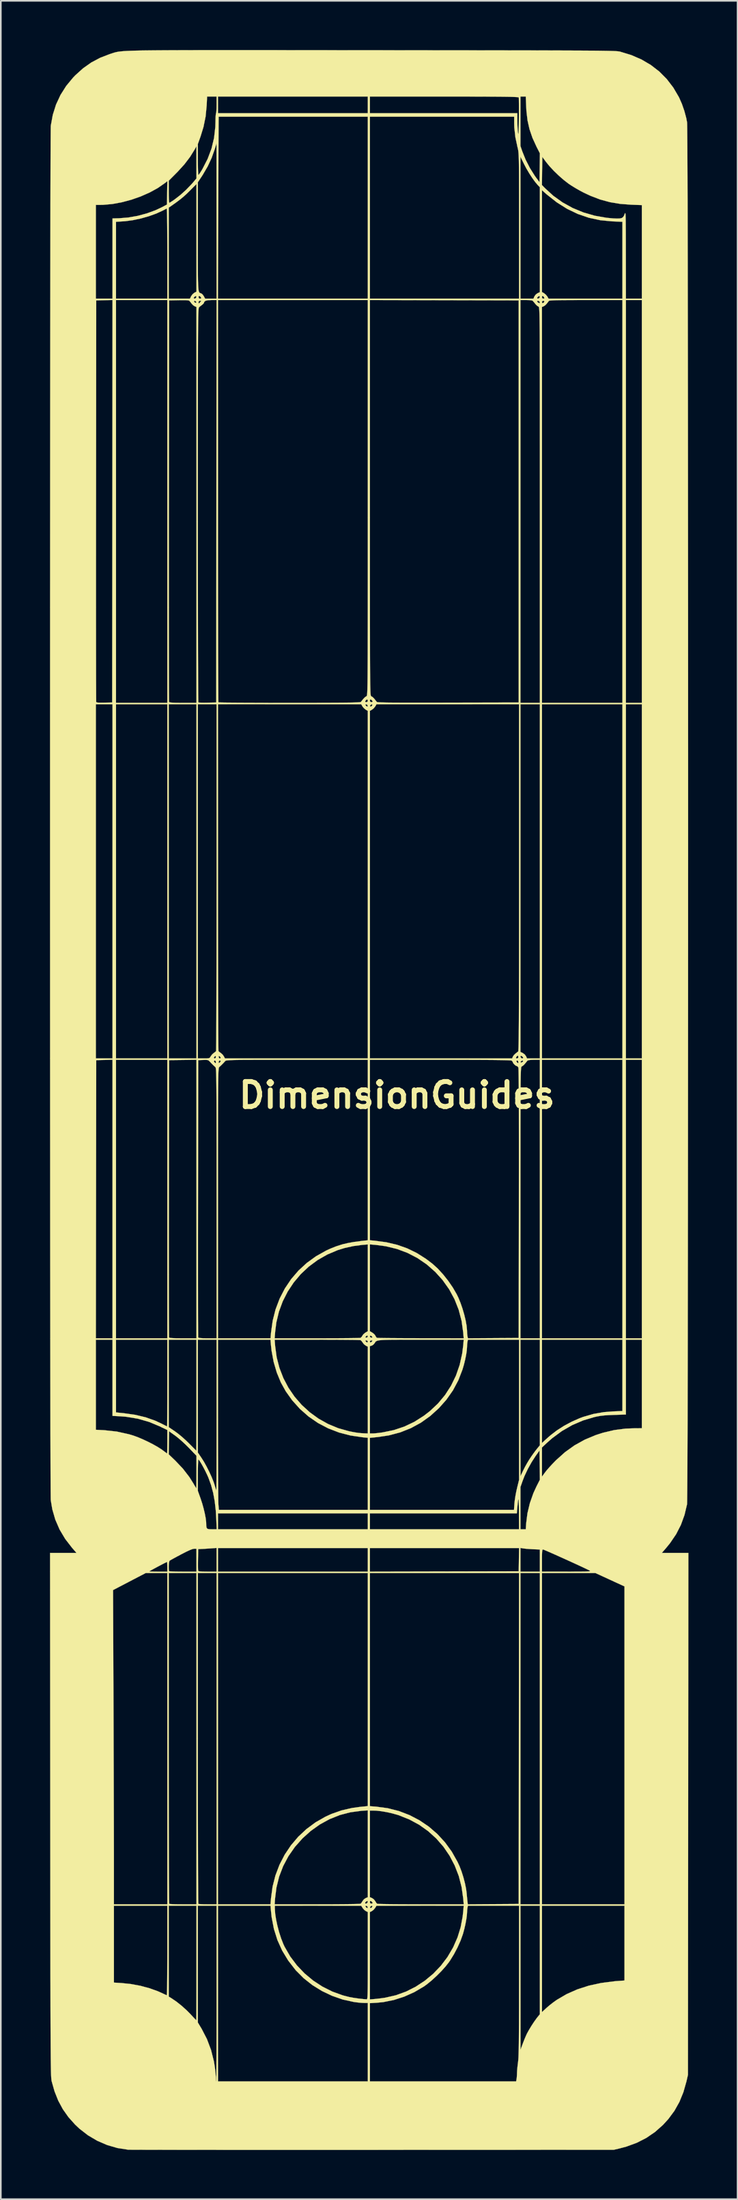
<source format=kicad_pcb>
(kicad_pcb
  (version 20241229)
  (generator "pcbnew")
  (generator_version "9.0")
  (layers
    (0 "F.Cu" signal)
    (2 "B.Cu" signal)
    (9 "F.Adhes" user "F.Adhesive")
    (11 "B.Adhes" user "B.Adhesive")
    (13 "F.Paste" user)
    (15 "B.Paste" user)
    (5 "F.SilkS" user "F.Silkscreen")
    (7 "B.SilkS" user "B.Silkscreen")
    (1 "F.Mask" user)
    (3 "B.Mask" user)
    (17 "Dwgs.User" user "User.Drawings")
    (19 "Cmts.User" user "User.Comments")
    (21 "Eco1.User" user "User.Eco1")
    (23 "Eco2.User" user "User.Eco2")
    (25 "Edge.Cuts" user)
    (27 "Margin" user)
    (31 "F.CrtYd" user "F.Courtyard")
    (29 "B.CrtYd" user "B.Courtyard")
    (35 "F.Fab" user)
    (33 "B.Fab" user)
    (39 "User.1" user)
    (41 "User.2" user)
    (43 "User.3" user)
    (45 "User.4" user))
  (footprint "DimensionGuides"
    (layer "F.Cu")
    (at 21.173 63.711)
    (property "Reference" "DimensionGuides" (at 0 0 0) (layer "F.SilkS") (effects (font (size 1.524 1.524) (thickness 0.3))))
    (attr through_hole)
    (fp_poly (pts (xy -9.145 -63.706) (xy -8.234 -63.706) (xy -7.254 -63.705) (xy -6.202 -63.704) (xy -5.076 -63.703) (xy -3.873 -63.702) (xy -2.59 -63.701) (xy -1.495 -63.7) (xy -0.161 -63.699) (xy 1.091 -63.698) (xy 2.263 -63.696) (xy 3.358 -63.695) (xy 4.38 -63.694) (xy 5.33 -63.693) (xy 6.212 -63.692) (xy 7.027 -63.69) (xy 7.779 -63.689) (xy 8.47 -63.688) (xy 9.102 -63.686) (xy 9.68 -63.684) (xy 10.204 -63.682) (xy 10.679 -63.68) (xy 11.105 -63.678) (xy 11.487 -63.676) (xy 11.827 -63.673) (xy 12.127 -63.671) (xy 12.39 -63.668) (xy 12.619 -63.664) (xy 12.816 -63.661) (xy 12.984 -63.657) (xy 13.126 -63.653) (xy 13.244 -63.649) (xy 13.341 -63.644) (xy 13.42 -63.639) (xy 13.483 -63.634) (xy 13.532 -63.628) (xy 13.572 -63.622) (xy 13.604 -63.615) (xy 13.61 -63.614) (xy 14.291 -63.407) (xy 14.918 -63.136) (xy 15.489 -62.801) (xy 16.004 -62.404) (xy 16.462 -61.944) (xy 16.862 -61.424) (xy 17.203 -60.842) (xy 17.219 -60.811) (xy 17.388 -60.428) (xy 17.536 -60.002) (xy 17.651 -59.574) (xy 17.702 -59.309) (xy 17.706 -59.246) (xy 17.709 -59.1) (xy 17.712 -58.874) (xy 17.715 -58.571) (xy 17.718 -58.191) (xy 17.721 -57.738) (xy 17.723 -57.214) (xy 17.726 -56.62) (xy 17.729 -55.96) (xy 17.731 -55.235) (xy 17.734 -54.447) (xy 17.736 -53.599) (xy 17.738 -52.693) (xy 17.74 -51.732) (xy 17.743 -50.716) (xy 17.744 -49.649) (xy 17.746 -48.533) (xy 17.748 -47.37) (xy 17.75 -46.162) (xy 17.752 -44.912) (xy 17.753 -43.621) (xy 17.755 -42.292) (xy 17.756 -40.927) (xy 17.757 -39.528) (xy 17.758 -38.098) (xy 17.759 -36.638) (xy 17.76 -35.151) (xy 17.761 -33.639) (xy 17.762 -32.105) (xy 17.763 -30.55) (xy 17.764 -28.977) (xy 17.764 -27.387) (xy 17.765 -25.784) (xy 17.765 -24.169) (xy 17.765 -22.545) (xy 17.766 -20.914) (xy 17.766 -19.277) (xy 17.766 -17.638) (xy 17.766 -15.998) (xy 17.766 -14.359) (xy 17.765 -12.725) (xy 17.765 -11.096) (xy 17.765 -9.476) (xy 17.764 -7.866) (xy 17.764 -6.269) (xy 17.763 -4.687) (xy 17.762 -3.121) (xy 17.761 -1.575) (xy 17.76 -0.051) (xy 17.759 1.45) (xy 17.758 2.925) (xy 17.757 4.371) (xy 17.756 5.788) (xy 17.755 7.172) (xy 17.753 8.521) (xy 17.752 9.833) (xy 17.75 11.106) (xy 17.748 12.337) (xy 17.746 13.525) (xy 17.745 14.668) (xy 17.743 15.762) (xy 17.741 16.806) (xy 17.738 17.797) (xy 17.736 18.734) (xy 17.734 19.614) (xy 17.732 20.435) (xy 17.729 21.195) (xy 17.726 21.891) (xy 17.724 22.521) (xy 17.721 23.084) (xy 17.718 23.576) (xy 17.715 23.996) (xy 17.712 24.342) (xy 17.709 24.611) (xy 17.706 24.801) (xy 17.703 24.909) (xy 17.701 24.934) (xy 17.546 25.587) (xy 17.326 26.19) (xy 17.036 26.756) (xy 16.67 27.295) (xy 16.447 27.57) (xy 16.165 27.898) (xy 17.781 27.898) (xy 17.757 59.711) (xy 17.662 60.124) (xy 17.478 60.772) (xy 17.236 61.363) (xy 16.932 61.905) (xy 16.561 62.406) (xy 16.236 62.762) (xy 15.749 63.194) (xy 15.217 63.557) (xy 14.636 63.854) (xy 14.003 64.086) (xy 13.61 64.191) (xy 13.229 64.281) (xy -1.503 64.286) (xy -2.616 64.286) (xy -3.709 64.287) (xy -4.777 64.287) (xy -5.818 64.287) (xy -6.83 64.287) (xy -7.807 64.286) (xy -8.749 64.286) (xy -9.65 64.286) (xy -10.51 64.286) (xy -11.323 64.285) (xy -12.088 64.285) (xy -12.801 64.284) (xy -13.46 64.283) (xy -14.06 64.283) (xy -14.599 64.282) (xy -15.074 64.281) (xy -15.482 64.28) (xy -15.819 64.279) (xy -16.083 64.278) (xy -16.27 64.277) (xy -16.378 64.276) (xy -16.404 64.275) (xy -17.058 64.173) (xy -17.689 63.99) (xy -18.289 63.731) (xy -18.854 63.398) (xy -19.376 62.994) (xy -19.643 62.742) (xy -20.05 62.286) (xy -20.389 61.805) (xy -20.669 61.286) (xy -20.895 60.718) (xy -21.067 60.113) (xy -21.074 60.083) (xy -21.08 60.048) (xy -21.086 60.004) (xy -21.091 59.95) (xy -21.096 59.883) (xy -21.101 59.801) (xy -21.106 59.7) (xy -21.11 59.579) (xy -21.114 59.434) (xy -21.117 59.263) (xy -21.121 59.065) (xy -21.124 58.835) (xy -21.127 58.571) (xy -21.129 58.272) (xy -21.132 57.934) (xy -21.134 57.554) (xy -21.136 57.131) (xy -21.138 56.662) (xy -21.14 56.143) (xy -21.142 55.573) (xy -21.143 54.95) (xy -21.144 54.269) (xy -21.146 53.529) (xy -21.147 52.728) (xy -21.148 51.863) (xy -21.149 50.93) (xy -21.15 49.928) (xy -21.151 49.403) (xy -17.272 49.403) (xy -17.272 54.089) (xy -16.803 54.118) (xy -16.234 54.177) (xy -15.661 54.283) (xy -15.108 54.431) (xy -14.6 54.613) (xy -14.372 54.714) (xy -14.228 54.782) (xy -14.113 54.834) (xy -14.049 54.859) (xy -14.044 54.86) (xy -14.039 54.82) (xy -14.033 54.702) (xy -14.029 54.513) (xy -14.024 54.261) (xy -14.02 53.952) (xy -14.017 53.594) (xy -14.015 53.193) (xy -14.013 52.757) (xy -14.012 52.293) (xy -14.012 52.133) (xy -14.012 49.403) (xy -13.928 49.403) (xy -13.928 54.942) (xy -13.769 55.038) (xy -13.465 55.244) (xy -13.142 55.5) (xy -12.828 55.783) (xy -12.611 56.002) (xy -12.475 56.148) (xy -12.361 56.269) (xy -12.28 56.352) (xy -12.245 56.386) (xy -12.245 56.386) (xy -12.243 56.345) (xy -12.242 56.226) (xy -12.24 56.034) (xy -12.239 55.777) (xy -12.238 55.459) (xy -12.237 55.088) (xy -12.236 54.67) (xy -12.235 54.211) (xy -12.235 53.717) (xy -12.234 53.195) (xy -12.234 52.895) (xy -12.234 49.403) (xy -12.15 49.403) (xy -12.15 56.522) (xy -11.916 56.912) (xy -11.595 57.533) (xy -11.346 58.193) (xy -11.172 58.883) (xy -11.112 59.253) (xy -11.086 59.467) (xy -11.066 59.671) (xy -11.052 59.838) (xy -11.049 59.925) (xy -11.045 60.038) (xy -11.034 60.105) (xy -11.028 60.113) (xy -11.025 60.072) (xy -11.023 59.951) (xy -11.02 59.755) (xy -11.018 59.49) (xy -11.016 59.16) (xy -11.014 58.771) (xy -11.012 58.327) (xy -11.011 57.834) (xy -11.009 57.297) (xy -11.008 56.72) (xy -11.007 56.109) (xy -11.007 55.469) (xy -11.007 54.804) (xy -11.007 54.758) (xy -11.007 49.403) (xy -10.922 49.403) (xy -10.922 60.113) (xy -1.778 60.113) (xy -1.778 55.342) (xy -1.651 55.342) (xy -1.651 60.113) (xy 7.271 60.113) (xy 7.297 59.981) (xy 7.313 59.862) (xy 7.323 59.703) (xy 7.325 59.611) (xy 7.332 59.461) (xy 7.35 59.261) (xy 7.375 59.045) (xy 7.388 58.949) (xy 7.398 58.867) (xy 7.407 58.765) (xy 7.415 58.637) (xy 7.421 58.48) (xy 7.427 58.287) (xy 7.433 58.055) (xy 7.437 57.777) (xy 7.44 57.451) (xy 7.443 57.07) (xy 7.446 56.63) (xy 7.447 56.126) (xy 7.449 55.553) (xy 7.449 54.907) (xy 7.45 54.182) (xy 7.45 53.964) (xy 7.451 49.403) (xy 7.535 49.403) (xy 7.537 53.795) (xy 7.54 58.187) (xy 7.679 57.806) (xy 7.756 57.605) (xy 7.84 57.403) (xy 7.915 57.235) (xy 7.936 57.192) (xy 8.057 56.972) (xy 8.207 56.725) (xy 8.366 56.482) (xy 8.517 56.272) (xy 8.578 56.193) (xy 8.721 56.019) (xy 8.721 49.403) (xy 8.848 49.403) (xy 8.848 55.888) (xy 9.133 55.626) (xy 9.31 55.474) (xy 9.52 55.31) (xy 9.722 55.164) (xy 9.758 55.14) (xy 10.357 54.79) (xy 11.006 54.503) (xy 11.705 54.278) (xy 12.459 54.114) (xy 13.271 54.009) (xy 13.473 53.993) (xy 13.885 53.963) (xy 13.885 49.403) (xy 8.848 49.403) (xy 8.721 49.403) (xy 7.535 49.403) (xy 7.451 49.403) (xy 4.329 49.403) (xy 4.302 49.535) (xy 4.284 49.673) (xy 4.276 49.822) (xy 4.276 49.826) (xy 4.263 50.012) (xy 4.228 50.255) (xy 4.176 50.532) (xy 4.11 50.819) (xy 4.036 51.094) (xy 4.02 51.147) (xy 3.881 51.533) (xy 3.695 51.947) (xy 3.479 52.358) (xy 3.247 52.735) (xy 3.171 52.845) (xy 2.966 53.106) (xy 2.709 53.392) (xy 2.421 53.68) (xy 2.123 53.953) (xy 1.836 54.188) (xy 1.645 54.326) (xy 1.058 54.671) (xy 0.441 54.947) (xy -0.195 55.151) (xy -0.837 55.279) (xy -1.238 55.318) (xy -1.651 55.342) (xy -1.778 55.342) (xy -1.778 55.33) (xy -2.021 55.329) (xy -2.18 55.322) (xy -2.384 55.303) (xy -2.595 55.275) (xy -2.647 55.267) (xy -3.313 55.119) (xy -3.96 54.895) (xy -4.578 54.601) (xy -5.158 54.243) (xy -5.688 53.826) (xy -6.158 53.356) (xy -6.191 53.319) (xy -6.636 52.745) (xy -7.004 52.139) (xy -7.294 51.498) (xy -7.507 50.822) (xy -7.645 50.11) (xy -7.684 49.752) (xy -7.699 49.577) (xy -7.451 49.577) (xy -7.432 49.881) (xy -7.378 50.237) (xy -7.296 50.623) (xy -7.191 51.018) (xy -7.068 51.397) (xy -6.934 51.74) (xy -6.856 51.906) (xy -6.515 52.496) (xy -6.107 53.038) (xy -5.638 53.53) (xy -5.116 53.964) (xy -4.548 54.335) (xy -3.94 54.639) (xy -3.299 54.87) (xy -2.921 54.967) (xy -2.663 55.015) (xy -2.356 55.06) (xy -2.032 55.097) (xy -1.852 55.112) (xy -1.837 55.11) (xy -1.824 55.095) (xy -1.813 55.063) (xy -1.804 55.007) (xy -1.797 54.92) (xy -1.791 54.798) (xy -1.787 54.633) (xy -1.783 54.419) (xy -1.781 54.152) (xy -1.779 53.823) (xy -1.778 53.428) (xy -1.778 52.959) (xy -1.778 52.453) (xy -1.778 49.789) (xy -1.651 49.789) (xy -1.651 55.115) (xy -1.365 55.092) (xy -1.184 55.073) (xy -0.961 55.046) (xy -0.74 55.014) (xy -0.699 55.007) (xy -0.061 54.861) (xy 0.557 54.637) (xy 1.146 54.34) (xy 1.701 53.976) (xy 2.213 53.551) (xy 2.675 53.069) (xy 3.08 52.536) (xy 3.421 51.957) (xy 3.436 51.927) (xy 3.698 51.329) (xy 3.888 50.713) (xy 4.01 50.061) (xy 4.046 49.731) (xy 4.074 49.403) (xy -1.249 49.406) (xy -1.334 49.542) (xy -1.424 49.65) (xy -1.527 49.729) (xy -1.535 49.733) (xy -1.651 49.789) (xy -1.778 49.789) (xy -1.894 49.733) (xy -1.996 49.659) (xy -2.088 49.552) (xy -2.095 49.542) (xy -2.156 49.444) (xy -1.927 49.444) (xy -1.881 49.506) (xy -1.816 49.553) (xy -1.786 49.532) (xy -1.79 49.499) (xy -1.643 49.499) (xy -1.631 49.547) (xy -1.584 49.545) (xy -1.53 49.502) (xy -1.506 49.46) (xy -1.51 49.413) (xy -1.555 49.411) (xy -1.626 49.46) (xy -1.643 49.499) (xy -1.79 49.499) (xy -1.796 49.459) (xy -1.812 49.437) (xy -1.883 49.407) (xy -1.907 49.411) (xy -1.927 49.444) (xy -2.156 49.444) (xy -2.18 49.406) (xy -7.451 49.403) (xy -7.451 49.577) (xy -7.699 49.577) (xy -7.713 49.403) (xy -10.922 49.403) (xy -11.007 49.403) (xy -12.15 49.403) (xy -12.234 49.403) (xy -13.928 49.403) (xy -14.012 49.403) (xy -17.272 49.403) (xy -21.151 49.403) (xy -21.151 48.855) (xy -21.152 47.706) (xy -21.153 46.481) (xy -21.154 45.176) (xy -21.155 43.847) (xy -21.166 30.163) (xy -17.324 30.163) (xy -17.298 37.207) (xy -17.295 38.021) (xy -17.292 38.841) (xy -17.29 39.659) (xy -17.287 40.47) (xy -17.284 41.267) (xy -17.282 42.042) (xy -17.28 42.79) (xy -17.278 43.502) (xy -17.276 44.173) (xy -17.275 44.796) (xy -17.274 45.364) (xy -17.273 45.87) (xy -17.272 46.308) (xy -17.272 46.67) (xy -17.272 46.785) (xy -17.272 49.318) (xy -14.012 49.318) (xy -14.012 29.125) (xy -13.928 29.125) (xy -13.928 39.194) (xy -13.928 40.111) (xy -13.927 41.006) (xy -13.927 41.876) (xy -13.926 42.715) (xy -13.925 43.521) (xy -13.924 44.291) (xy -13.922 45.019) (xy -13.921 45.703) (xy -13.919 46.339) (xy -13.918 46.923) (xy -13.916 47.452) (xy -13.914 47.922) (xy -13.911 48.328) (xy -13.909 48.669) (xy -13.907 48.939) (xy -13.904 49.135) (xy -13.902 49.253) (xy -13.899 49.29) (xy -13.85 49.299) (xy -13.73 49.307) (xy -13.552 49.313) (xy -13.329 49.317) (xy -13.076 49.318) (xy -13.053 49.318) (xy -12.234 49.318) (xy -12.234 29.125) (xy -12.15 29.125) (xy -12.15 39.194) (xy -12.15 40.111) (xy -12.149 41.006) (xy -12.149 41.876) (xy -12.148 42.715) (xy -12.147 43.521) (xy -12.146 44.291) (xy -12.144 45.019) (xy -12.143 45.703) (xy -12.141 46.339) (xy -12.14 46.923) (xy -12.138 47.452) (xy -12.136 47.922) (xy -12.133 48.328) (xy -12.131 48.669) (xy -12.129 48.939) (xy -12.126 49.135) (xy -12.124 49.253) (xy -12.121 49.29) (xy -12.071 49.301) (xy -11.952 49.31) (xy -11.783 49.316) (xy -11.58 49.318) (xy -11.55 49.318) (xy -11.007 49.318) (xy -11.007 29.125) (xy -10.922 29.125) (xy -10.922 49.318) (xy -7.715 49.318) (xy -7.463 49.318) (xy -4.864 49.318) (xy -4.402 49.317) (xy -3.965 49.316) (xy -3.559 49.313) (xy -3.194 49.31) (xy -2.875 49.306) (xy -2.611 49.302) (xy -2.409 49.297) (xy -2.275 49.292) (xy -2.219 49.286) (xy -2.218 49.286) (xy -2.176 49.239) (xy -1.947 49.239) (xy -1.919 49.274) (xy -1.858 49.268) (xy -1.803 49.229) (xy -1.793 49.211) (xy -1.79 49.191) (xy -1.651 49.191) (xy -1.621 49.262) (xy -1.566 49.276) (xy -1.497 49.262) (xy -1.482 49.242) (xy -1.512 49.181) (xy -1.576 49.123) (xy -1.617 49.107) (xy -1.645 49.142) (xy -1.651 49.191) (xy -1.79 49.191) (xy -1.784 49.14) (xy -1.793 49.12) (xy -1.84 49.122) (xy -1.902 49.165) (xy -1.944 49.222) (xy -1.947 49.239) (xy -2.176 49.239) (xy -2.168 49.229) (xy -2.108 49.133) (xy -2.103 49.123) (xy -2.018 49.015) (xy -1.907 48.938) (xy -1.907 48.938) (xy -1.778 48.885) (xy -1.778 43.603) (xy -1.651 43.603) (xy -1.651 48.885) (xy -1.522 48.938) (xy -1.411 49.014) (xy -1.326 49.123) (xy -1.326 49.123) (xy -1.267 49.221) (xy -1.215 49.283) (xy -1.211 49.286) (xy -1.162 49.291) (xy -1.035 49.297) (xy -0.838 49.302) (xy -0.579 49.306) (xy -0.264 49.31) (xy 0.098 49.313) (xy 0.501 49.315) (xy 0.937 49.317) (xy 1.398 49.318) (xy 1.455 49.318) (xy 4.075 49.318) (xy 4.045 48.969) (xy 3.945 48.263) (xy 3.771 47.589) (xy 3.524 46.952) (xy 3.211 46.355) (xy 2.833 45.803) (xy 2.395 45.302) (xy 1.9 44.855) (xy 1.352 44.467) (xy 0.754 44.144) (xy 0.11 43.888) (xy 0.042 43.866) (xy -0.281 43.775) (xy -0.622 43.699) (xy -0.955 43.642) (xy -1.251 43.609) (xy -1.404 43.603) (xy -1.651 43.603) (xy -1.778 43.603) (xy -1.778 43.591) (xy -2.17 43.618) (xy -2.839 43.707) (xy -3.487 43.876) (xy -4.111 44.125) (xy -4.706 44.45) (xy -5.266 44.85) (xy -5.76 45.294) (xy -6.229 45.821) (xy -6.625 46.388) (xy -6.945 46.991) (xy -7.189 47.627) (xy -7.354 48.293) (xy -7.436 48.938) (xy -7.463 49.318) (xy -7.715 49.318) (xy -7.685 48.948) (xy -7.589 48.239) (xy -7.415 47.558) (xy -7.168 46.908) (xy -6.852 46.295) (xy -6.47 45.725) (xy -6.026 45.202) (xy -5.524 44.733) (xy -4.968 44.322) (xy -4.362 43.976) (xy -4.004 43.812) (xy -3.385 43.595) (xy -2.729 43.444) (xy -2.278 43.382) (xy -1.778 43.332) (xy -1.778 29.125) (xy -1.651 29.125) (xy -1.651 43.337) (xy -1.264 43.366) (xy -0.559 43.461) (xy 0.12 43.633) (xy 0.767 43.881) (xy 1.377 44.199) (xy 1.945 44.584) (xy 2.465 45.034) (xy 2.934 45.543) (xy 3.345 46.109) (xy 3.694 46.728) (xy 3.82 47) (xy 3.941 47.315) (xy 4.053 47.669) (xy 4.148 48.032) (xy 4.218 48.375) (xy 4.253 48.642) (xy 4.269 48.828) (xy 4.287 49.008) (xy 4.301 49.139) (xy 4.323 49.319) (xy 7.429 49.297) (xy 7.44 39.211) (xy 7.451 29.125) (xy 7.535 29.125) (xy 7.535 49.318) (xy 8.721 49.318) (xy 8.721 29.125) (xy 8.848 29.125) (xy 8.848 49.318) (xy 13.885 49.318) (xy 13.885 29.94) (xy 12.999 29.533) (xy 12.112 29.125) (xy 8.848 29.125) (xy 8.721 29.125) (xy 7.535 29.125) (xy 7.451 29.125) (xy -1.651 29.125) (xy -1.778 29.125) (xy -10.922 29.125) (xy -11.007 29.125) (xy -12.15 29.125) (xy -12.234 29.125) (xy -13.928 29.125) (xy -14.012 29.125) (xy -15.333 29.125) (xy -16.329 29.644) (xy -17.324 30.163) (xy -21.166 30.163) (xy -21.167 29.023) (xy -15.113 29.023) (xy -15.073 29.03) (xy -14.965 29.035) (xy -14.803 29.039) (xy -14.603 29.041) (xy -14.563 29.041) (xy -14.012 29.041) (xy -14.012 28.839) (xy -13.928 28.839) (xy -13.919 28.954) (xy -13.899 29.012) (xy -13.85 29.021) (xy -13.73 29.029) (xy -13.552 29.035) (xy -13.329 29.039) (xy -13.076 29.041) (xy -13.053 29.041) (xy -12.234 29.041) (xy -12.234 28.524) (xy -12.143 28.524) (xy -12.143 28.722) (xy -12.14 28.876) (xy -12.134 28.968) (xy -12.131 28.986) (xy -12.098 29.01) (xy -12.014 29.026) (xy -11.87 29.036) (xy -11.654 29.04) (xy -11.558 29.041) (xy -11.007 29.041) (xy -11.007 27.601) (xy -10.922 27.601) (xy -10.922 29.041) (xy -1.778 29.041) (xy -1.778 27.601) (xy -1.651 27.601) (xy -1.651 29.041) (xy -1.49 29.041) (xy 7.535 29.041) (xy 8.721 29.041) (xy 8.721 28.363) (xy 8.848 28.363) (xy 8.848 29.041) (xy 10.361 29.039) (xy 10.758 29.038) (xy 11.078 29.037) (xy 11.328 29.035) (xy 11.515 29.032) (xy 11.647 29.027) (xy 11.731 29.019) (xy 11.775 29.01) (xy 11.785 28.997) (xy 11.77 28.982) (xy 11.748 28.969) (xy 11.653 28.921) (xy 11.498 28.847) (xy 11.296 28.751) (xy 11.055 28.64) (xy 10.788 28.517) (xy 10.504 28.388) (xy 10.213 28.256) (xy 9.928 28.128) (xy 9.658 28.007) (xy 9.414 27.899) (xy 9.206 27.808) (xy 9.045 27.739) (xy 8.943 27.697) (xy 8.909 27.686) (xy 8.886 27.699) (xy 8.869 27.744) (xy 8.858 27.833) (xy 8.851 27.978) (xy 8.848 28.189) (xy 8.848 28.363) (xy 8.721 28.363) (xy 8.721 27.691) (xy 8.287 27.672) (xy 8.084 27.66) (xy 7.895 27.646) (xy 7.748 27.63) (xy 7.694 27.622) (xy 7.535 27.592) (xy 7.535 29.041) (xy -1.49 29.041) (xy 7.429 29.02) (xy 7.453 27.601) (xy -1.651 27.601) (xy -1.778 27.601) (xy -10.922 27.601) (xy -11.007 27.601) (xy -11.007 27.595) (xy -11.335 27.62) (xy -11.534 27.634) (xy -11.737 27.647) (xy -11.896 27.655) (xy -12.129 27.665) (xy -12.14 28.298) (xy -12.143 28.524) (xy -12.234 28.524) (xy -12.234 27.644) (xy -12.378 27.644) (xy -12.48 27.664) (xy -12.641 27.726) (xy -12.866 27.83) (xy -13.158 27.98) (xy -13.172 27.987) (xy -13.388 28.102) (xy -13.58 28.206) (xy -13.734 28.291) (xy -13.838 28.35) (xy -13.875 28.373) (xy -13.9 28.434) (xy -13.918 28.55) (xy -13.928 28.694) (xy -13.928 28.839) (xy -14.012 28.839) (xy -14.012 28.744) (xy -14.015 28.598) (xy -14.02 28.492) (xy -14.028 28.448) (xy -14.029 28.448) (xy -14.073 28.467) (xy -14.175 28.516) (xy -14.317 28.589) (xy -14.483 28.676) (xy -14.657 28.768) (xy -14.823 28.858) (xy -14.966 28.935) (xy -15.067 28.993) (xy -15.112 29.022) (xy -15.113 29.023) (xy -21.167 29.023) (xy -21.168 27.898) (xy -19.555 27.898) (xy -19.824 27.589) (xy -20.244 27.047) (xy -20.586 26.473) (xy -20.848 25.869) (xy -21.032 25.236) (xy -21.124 24.684) (xy -21.127 24.622) (xy -21.129 24.477) (xy -21.131 24.252) (xy -21.133 23.949) (xy -21.135 23.571) (xy -21.137 23.118) (xy -21.139 22.595) (xy -21.141 22.002) (xy -21.141 21.887) (xy -13.93 21.887) (xy -13.524 22.275) (xy -13.066 22.758) (xy -12.673 23.266) (xy -12.431 23.65) (xy -12.35 23.79) (xy -12.286 23.898) (xy -12.249 23.955) (xy -12.245 23.959) (xy -12.242 23.919) (xy -12.239 23.806) (xy -12.237 23.632) (xy -12.235 23.408) (xy -12.235 23.147) (xy -12.15 23.147) (xy -12.15 24.116) (xy -11.981 24.588) (xy -11.885 24.881) (xy -11.799 25.189) (xy -11.727 25.491) (xy -11.674 25.767) (xy -11.645 25.995) (xy -11.641 26.084) (xy -11.636 26.263) (xy -11.614 26.373) (xy -11.558 26.431) (xy -11.453 26.454) (xy -11.295 26.458) (xy -11 26.458) (xy -11.019 25.94) (xy -11.045 25.485) (xy -10.922 25.485) (xy -10.922 26.458) (xy -1.778 26.458) (xy -1.778 25.485) (xy -1.651 25.485) (xy -1.651 26.458) (xy 7.451 26.458) (xy 7.446 25.453) (xy 7.442 25.122) (xy 7.436 24.875) (xy 7.428 24.713) (xy 7.416 24.635) (xy 7.402 24.642) (xy 7.385 24.733) (xy 7.365 24.908) (xy 7.343 25.157) (xy 7.316 25.485) (xy -1.651 25.485) (xy -1.778 25.485) (xy -10.922 25.485) (xy -11.045 25.485) (xy -11.056 25.312) (xy -11.12 24.751) (xy -11.213 24.243) (xy -11.339 23.772) (xy -11.5 23.325) (xy -11.508 23.305) (xy -11.587 23.127) (xy -11.682 22.929) (xy -11.786 22.727) (xy -11.89 22.537) (xy -11.985 22.375) (xy -12.061 22.258) (xy -12.111 22.202) (xy -12.111 22.201) (xy -12.123 22.234) (xy -12.133 22.343) (xy -12.141 22.519) (xy -12.147 22.752) (xy -12.149 23.035) (xy -12.15 23.147) (xy -12.235 23.147) (xy -12.235 23.146) (xy -12.234 22.968) (xy -12.234 21.976) (xy -12.697 21.494) (xy -12.893 21.299) (xy -13.106 21.101) (xy -13.314 20.92) (xy -13.494 20.776) (xy -13.534 20.747) (xy -13.906 20.482) (xy -13.918 21.185) (xy -13.93 21.887) (xy -21.141 21.887) (xy -21.143 21.343) (xy -21.145 20.618) (xy -21.146 19.832) (xy -21.148 18.985) (xy -21.149 18.08) (xy -21.151 17.119) (xy -21.152 16.104) (xy -21.154 15.039) (xy -21.154 14.901) (xy -18.373 14.901) (xy -18.373 20.392) (xy -17.854 20.419) (xy -17.097 20.501) (xy -16.35 20.666) (xy -16.087 20.745) (xy -15.821 20.841) (xy -15.52 20.968) (xy -15.205 21.115) (xy -14.897 21.272) (xy -14.618 21.428) (xy -14.388 21.573) (xy -14.309 21.63) (xy -14.18 21.726) (xy -14.081 21.8) (xy -14.028 21.838) (xy -14.023 21.841) (xy -14.019 21.802) (xy -14.016 21.692) (xy -14.014 21.525) (xy -14.013 21.314) (xy -14.012 21.125) (xy -14.012 20.406) (xy -14.446 20.196) (xy -15.117 19.915) (xy -15.808 19.717) (xy -16.522 19.599) (xy -16.875 19.571) (xy -17.357 19.545) (xy -17.357 14.901) (xy -17.145 14.901) (xy -17.145 19.334) (xy -16.656 19.384) (xy -15.97 19.481) (xy -15.342 19.631) (xy -14.765 19.834) (xy -14.393 20.005) (xy -14.238 20.084) (xy -14.113 20.147) (xy -14.038 20.184) (xy -14.023 20.191) (xy -14.021 20.15) (xy -14.019 20.032) (xy -14.018 19.843) (xy -14.016 19.591) (xy -14.015 19.284) (xy -14.014 18.927) (xy -14.013 18.529) (xy -14.013 18.096) (xy -14.012 17.635) (xy -14.012 17.547) (xy -14.012 14.901) (xy -13.928 14.901) (xy -13.928 20.231) (xy -13.536 20.497) (xy -13.335 20.646) (xy -13.103 20.838) (xy -12.869 21.049) (xy -12.7 21.213) (xy -12.544 21.37) (xy -12.41 21.504) (xy -12.31 21.605) (xy -12.253 21.66) (xy -12.245 21.668) (xy -12.243 21.628) (xy -12.242 21.509) (xy -12.24 21.319) (xy -12.239 21.062) (xy -12.238 20.747) (xy -12.237 20.378) (xy -12.236 19.962) (xy -12.235 19.506) (xy -12.235 19.016) (xy -12.234 18.499) (xy -12.234 18.288) (xy -12.234 14.901) (xy -12.15 14.901) (xy -12.15 21.782) (xy -11.933 22.099) (xy -11.777 22.345) (xy -11.615 22.638) (xy -11.456 22.953) (xy -11.312 23.266) (xy -11.196 23.554) (xy -11.131 23.75) (xy -11.085 23.905) (xy -11.047 24.022) (xy -11.023 24.083) (xy -11.02 24.088) (xy -11.018 24.046) (xy -11.016 23.926) (xy -11.015 23.731) (xy -11.013 23.468) (xy -11.012 23.143) (xy -11.011 22.76) (xy -11.01 22.324) (xy -11.009 21.843) (xy -11.008 21.32) (xy -11.007 20.761) (xy -11.007 20.172) (xy -11.007 19.559) (xy -11.007 19.494) (xy -11.007 14.901) (xy -10.922 14.901) (xy -10.922 19.763) (xy -10.922 20.405) (xy -10.921 21.027) (xy -10.92 21.624) (xy -10.918 22.191) (xy -10.917 22.721) (xy -10.914 23.209) (xy -10.912 23.649) (xy -10.909 24.036) (xy -10.906 24.363) (xy -10.903 24.624) (xy -10.899 24.815) (xy -10.896 24.928) (xy -10.895 24.949) (xy -10.867 25.273) (xy -1.778 25.273) (xy -1.778 20.883) (xy -1.651 20.883) (xy -1.651 25.273) (xy 7.142 25.273) (xy 7.17 24.879) (xy 7.192 24.673) (xy 7.231 24.42) (xy 7.281 24.156) (xy 7.324 23.967) (xy 7.344 23.883) (xy 7.535 23.883) (xy 7.535 26.458) (xy 7.861 26.458) (xy 7.886 26.088) (xy 7.963 25.48) (xy 8.111 24.863) (xy 8.323 24.261) (xy 8.509 23.854) (xy 8.722 23.436) (xy 8.711 22.545) (xy 8.7 21.654) (xy 8.458 21.992) (xy 8.214 22.369) (xy 7.983 22.785) (xy 7.784 23.207) (xy 7.666 23.509) (xy 7.535 23.883) (xy 7.344 23.883) (xy 7.451 23.448) (xy 7.451 14.901) (xy 7.535 14.901) (xy 7.538 19.061) (xy 7.54 23.22) (xy 7.704 22.871) (xy 7.807 22.667) (xy 7.936 22.436) (xy 8.065 22.221) (xy 8.096 22.173) (xy 8.223 21.985) (xy 8.362 21.791) (xy 8.488 21.624) (xy 8.523 21.58) (xy 8.612 21.471) (xy 8.848 21.471) (xy 8.848 23.25) (xy 9.044 22.981) (xy 9.146 22.853) (xy 9.293 22.685) (xy 9.466 22.496) (xy 9.65 22.306) (xy 9.71 22.245) (xy 10.258 21.755) (xy 10.839 21.34) (xy 11.461 20.995) (xy 12.132 20.715) (xy 12.573 20.573) (xy 13.263 20.41) (xy 13.949 20.322) (xy 14.383 20.304) (xy 14.944 20.299) (xy 14.944 17.6) (xy 14.944 14.901) (xy 13.97 14.901) (xy 13.97 19.463) (xy 13.24 19.485) (xy 12.919 19.498) (xy 12.659 19.516) (xy 12.438 19.541) (xy 12.23 19.577) (xy 12.054 19.615) (xy 11.357 19.823) (xy 10.695 20.107) (xy 10.066 20.468) (xy 9.471 20.907) (xy 9.155 21.185) (xy 8.848 21.471) (xy 8.612 21.471) (xy 8.721 21.337) (xy 8.721 14.901) (xy 8.848 14.901) (xy 8.848 21.199) (xy 9.006 21.052) (xy 9.129 20.941) (xy 9.277 20.81) (xy 9.377 20.724) (xy 9.759 20.431) (xy 10.199 20.15) (xy 10.673 19.897) (xy 11.155 19.685) (xy 11.37 19.606) (xy 11.992 19.427) (xy 12.624 19.317) (xy 13.176 19.273) (xy 13.758 19.25) (xy 13.758 14.901) (xy 8.848 14.901) (xy 8.721 14.901) (xy 7.535 14.901) (xy 7.451 14.901) (xy 4.329 14.901) (xy 4.302 15.034) (xy 4.284 15.167) (xy 4.276 15.319) (xy 4.276 15.341) (xy 4.261 15.551) (xy 4.222 15.817) (xy 4.161 16.117) (xy 4.085 16.427) (xy 3.997 16.725) (xy 3.744 17.377) (xy 3.418 17.987) (xy 3.016 18.559) (xy 2.561 19.072) (xy 2.029 19.554) (xy 1.457 19.962) (xy 0.846 20.294) (xy 0.197 20.551) (xy -0.491 20.733) (xy -1.154 20.833) (xy -1.651 20.883) (xy -1.778 20.883) (xy -1.778 20.879) (xy -2.085 20.85) (xy -2.826 20.742) (xy -3.531 20.56) (xy -4.195 20.305) (xy -4.816 19.98) (xy -5.391 19.585) (xy -5.917 19.123) (xy -6.392 18.596) (xy -6.782 18.051) (xy -7.085 17.506) (xy -7.333 16.905) (xy -7.522 16.262) (xy -7.648 15.591) (xy -7.686 15.251) (xy -7.716 14.901) (xy -7.463 14.901) (xy -7.433 15.293) (xy -7.341 15.973) (xy -7.171 16.626) (xy -6.929 17.249) (xy -6.619 17.835) (xy -6.245 18.38) (xy -5.812 18.877) (xy -5.324 19.323) (xy -4.788 19.712) (xy -4.206 20.038) (xy -3.584 20.296) (xy -2.926 20.481) (xy -2.815 20.504) (xy -2.564 20.551) (xy -2.362 20.582) (xy -2.175 20.6) (xy -1.979 20.61) (xy -1.778 20.616) (xy -1.778 15.327) (xy -1.846 15.292) (xy -1.651 15.292) (xy -1.651 20.616) (xy -1.471 20.616) (xy -1.35 20.61) (xy -1.174 20.592) (xy -0.973 20.567) (xy -0.869 20.552) (xy -0.188 20.411) (xy 0.453 20.197) (xy 1.061 19.908) (xy 1.641 19.54) (xy 2.005 19.259) (xy 2.503 18.792) (xy 2.936 18.273) (xy 3.302 17.704) (xy 3.6 17.091) (xy 3.827 16.437) (xy 3.981 15.746) (xy 4.046 15.229) (xy 4.074 14.901) (xy 1.452 14.901) (xy 0.91 14.901) (xy 0.446 14.901) (xy 0.053 14.902) (xy -0.274 14.904) (xy -0.542 14.908) (xy -0.757 14.914) (xy -0.926 14.923) (xy -1.056 14.935) (xy -1.152 14.95) (xy -1.221 14.97) (xy -1.269 14.995) (xy -1.304 15.024) (xy -1.331 15.06) (xy -1.356 15.102) (xy -1.369 15.123) (xy -1.452 15.214) (xy -1.546 15.265) (xy -1.651 15.292) (xy -1.846 15.292) (xy -1.904 15.262) (xy -2.015 15.177) (xy -2.093 15.075) (xy -2.158 14.982) (xy -2.193 14.953) (xy -1.929 14.953) (xy -1.917 14.992) (xy -1.905 15.007) (xy -1.844 15.06) (xy -1.815 15.071) (xy -1.782 15.036) (xy -1.778 15.007) (xy -1.651 15.007) (xy -1.631 15.064) (xy -1.614 15.071) (xy -1.559 15.042) (xy -1.524 15.007) (xy -1.497 14.959) (xy -1.541 14.944) (xy -1.561 14.944) (xy -1.634 14.969) (xy -1.651 15.007) (xy -1.778 15.007) (xy -1.814 14.956) (xy -1.868 14.944) (xy -1.929 14.953) (xy -2.193 14.953) (xy -2.224 14.928) (xy -2.278 14.923) (xy -2.409 14.919) (xy -2.609 14.914) (xy -2.872 14.911) (xy -3.189 14.908) (xy -3.553 14.905) (xy -3.957 14.903) (xy -4.393 14.902) (xy -4.853 14.901) (xy -4.878 14.901) (xy -7.463 14.901) (xy -7.716 14.901) (xy -10.922 14.901) (xy -11.007 14.901) (xy -12.15 14.901) (xy -12.234 14.901) (xy -13.928 14.901) (xy -14.012 14.901) (xy -17.145 14.901) (xy -17.357 14.901) (xy -18.373 14.901) (xy -21.154 14.901) (xy -21.154 14.817) (xy -18.373 14.817) (xy -17.357 14.817) (xy -17.357 -2.159) (xy -17.145 -2.159) (xy -17.145 14.817) (xy -14.012 14.817) (xy -14.012 10.216) (xy -13.92 10.216) (xy -13.92 10.903) (xy -13.92 11.547) (xy -13.919 12.144) (xy -13.919 12.691) (xy -13.918 13.182) (xy -13.917 13.615) (xy -13.915 13.985) (xy -13.914 14.288) (xy -13.912 14.521) (xy -13.911 14.678) (xy -13.909 14.756) (xy -13.908 14.764) (xy -13.878 14.783) (xy -13.801 14.798) (xy -13.667 14.808) (xy -13.468 14.814) (xy -13.196 14.816) (xy -13.061 14.817) (xy -12.234 14.817) (xy -12.234 10.216) (xy -12.142 10.216) (xy -12.142 10.903) (xy -12.142 11.547) (xy -12.141 12.144) (xy -12.141 12.691) (xy -12.14 13.182) (xy -12.139 13.615) (xy -12.137 13.985) (xy -12.136 14.288) (xy -12.134 14.521) (xy -12.133 14.678) (xy -12.131 14.756) (xy -12.13 14.764) (xy -12.094 14.787) (xy -12.002 14.803) (xy -11.844 14.813) (xy -11.612 14.817) (xy -11.558 14.817) (xy -11.007 14.817) (xy -11.007 6.583) (xy -10.922 6.583) (xy -10.922 14.817) (xy -7.713 14.817) (xy -7.463 14.817) (xy -4.878 14.817) (xy -4.416 14.816) (xy -3.979 14.815) (xy -3.573 14.813) (xy -3.206 14.81) (xy -2.886 14.807) (xy -2.62 14.803) (xy -2.416 14.799) (xy -2.282 14.795) (xy -2.223 14.79) (xy -2.223 14.79) (xy -2.187 14.759) (xy -1.932 14.759) (xy -1.888 14.774) (xy -1.868 14.774) (xy -1.795 14.749) (xy -1.778 14.711) (xy -1.651 14.711) (xy -1.615 14.762) (xy -1.561 14.774) (xy -1.5 14.765) (xy -1.512 14.726) (xy -1.524 14.711) (xy -1.585 14.658) (xy -1.614 14.647) (xy -1.647 14.682) (xy -1.651 14.711) (xy -1.778 14.711) (xy -1.798 14.654) (xy -1.815 14.647) (xy -1.87 14.676) (xy -1.905 14.711) (xy -1.932 14.759) (xy -2.187 14.759) (xy -2.154 14.732) (xy -2.114 14.662) (xy -2.053 14.575) (xy -1.951 14.488) (xy -1.927 14.473) (xy -1.778 14.385) (xy -1.651 14.385) (xy -1.502 14.473) (xy -1.396 14.555) (xy -1.323 14.645) (xy -1.314 14.663) (xy -1.265 14.749) (xy -1.22 14.788) (xy -1.169 14.792) (xy -1.04 14.796) (xy -0.842 14.799) (xy -0.581 14.803) (xy -0.266 14.806) (xy 0.098 14.808) (xy 0.501 14.811) (xy 0.938 14.812) (xy 1.399 14.813) (xy 1.454 14.813) (xy 4.073 14.817) (xy 4.044 14.467) (xy 3.945 13.757) (xy 3.768 13.079) (xy 3.514 12.436) (xy 3.186 11.83) (xy 2.784 11.264) (xy 2.338 10.77) (xy 1.817 10.312) (xy 1.252 9.925) (xy 0.644 9.61) (xy -0.003 9.369) (xy -0.687 9.203) (xy -1.302 9.121) (xy -1.651 9.091) (xy -1.651 14.385) (xy -1.778 14.385) (xy -1.778 9.093) (xy -2.127 9.123) (xy -2.656 9.193) (xy -3.192 9.311) (xy -3.619 9.442) (xy -4.252 9.71) (xy -4.841 10.046) (xy -5.381 10.446) (xy -5.869 10.903) (xy -6.299 11.412) (xy -6.668 11.968) (xy -6.971 12.564) (xy -7.204 13.194) (xy -7.362 13.855) (xy -7.433 14.425) (xy -7.463 14.817) (xy -7.713 14.817) (xy -7.684 14.467) (xy -7.582 13.742) (xy -7.406 13.05) (xy -7.157 12.394) (xy -6.839 11.778) (xy -6.455 11.208) (xy -6.008 10.688) (xy -5.501 10.222) (xy -4.937 9.814) (xy -4.32 9.469) (xy -4.063 9.351) (xy -3.722 9.215) (xy -3.382 9.105) (xy -3.024 9.017) (xy -2.628 8.944) (xy -2.173 8.884) (xy -2.021 8.867) (xy -1.778 8.842) (xy -1.778 -2.159) (xy -1.651 -2.159) (xy -1.651 8.841) (xy -1.365 8.867) (xy -0.652 8.962) (xy 0.007 9.116) (xy 0.623 9.333) (xy 1.207 9.617) (xy 1.771 9.973) (xy 2.176 10.281) (xy 2.495 10.572) (xy 2.818 10.924) (xy 3.127 11.314) (xy 3.409 11.723) (xy 3.644 12.128) (xy 3.743 12.33) (xy 3.877 12.655) (xy 4 13.011) (xy 4.107 13.377) (xy 4.192 13.733) (xy 4.25 14.059) (xy 4.275 14.334) (xy 4.276 14.377) (xy 4.282 14.528) (xy 4.299 14.668) (xy 4.302 14.685) (xy 4.329 14.818) (xy 5.879 14.807) (xy 7.429 14.796) (xy 7.44 6.591) (xy 7.44 6.543) (xy 7.535 6.543) (xy 7.535 14.817) (xy 8.721 14.817) (xy 8.721 -2.159) (xy 8.848 -2.159) (xy 8.848 14.817) (xy 13.758 14.817) (xy 13.758 -2.159) (xy 13.97 -2.159) (xy 13.97 14.817) (xy 14.944 14.817) (xy 14.944 -2.159) (xy 13.97 -2.159) (xy 13.758 -2.159) (xy 8.848 -2.159) (xy 8.721 -2.159) (xy 8.363 -2.159) (xy 8.148 -2.152) (xy 8.012 -2.132) (xy 7.961 -2.106) (xy 7.907 -2.04) (xy 7.829 -1.943) (xy 7.809 -1.918) (xy 7.72 -1.824) (xy 7.634 -1.763) (xy 7.618 -1.756) (xy 7.608 -1.752) (xy 7.599 -1.744) (xy 7.591 -1.727) (xy 7.584 -1.7) (xy 7.577 -1.657) (xy 7.571 -1.597) (xy 7.565 -1.514) (xy 7.56 -1.406) (xy 7.556 -1.27) (xy 7.552 -1.101) (xy 7.549 -0.896) (xy 7.546 -0.652) (xy 7.544 -0.365) (xy 7.542 -0.031) (xy 7.54 0.352) (xy 7.539 0.789) (xy 7.538 1.282) (xy 7.537 1.836) (xy 7.536 2.454) (xy 7.536 3.139) (xy 7.536 3.895) (xy 7.535 4.726) (xy 7.535 5.634) (xy 7.535 6.543) (xy 7.44 6.543) (xy 7.441 5.476) (xy 7.442 4.446) (xy 7.442 3.498) (xy 7.442 2.632) (xy 7.441 1.848) (xy 7.44 1.145) (xy 7.438 0.521) (xy 7.436 -0.023) (xy 7.433 -0.49) (xy 7.429 -0.879) (xy 7.425 -1.192) (xy 7.421 -1.429) (xy 7.416 -1.591) (xy 7.41 -1.679) (xy 7.407 -1.696) (xy 7.352 -1.762) (xy 7.314 -1.778) (xy 7.244 -1.808) (xy 7.159 -1.88) (xy 7.091 -1.962) (xy 7.07 -2.017) (xy 7.036 -2.079) (xy 7.015 -2.094) (xy 7.287 -2.094) (xy 7.3 -2.036) (xy 7.332 -1.998) (xy 7.387 -1.953) (xy 7.406 -1.979) (xy 7.408 -2.032) (xy 7.406 -2.039) (xy 7.545 -2.039) (xy 7.557 -1.996) (xy 7.601 -1.996) (xy 7.675 -2.037) (xy 7.695 -2.068) (xy 7.683 -2.11) (xy 7.639 -2.11) (xy 7.565 -2.07) (xy 7.545 -2.039) (xy 7.406 -2.039) (xy 7.382 -2.101) (xy 7.345 -2.117) (xy 7.287 -2.094) (xy 7.015 -2.094) (xy 6.988 -2.115) (xy 6.93 -2.123) (xy 6.791 -2.131) (xy 6.569 -2.137) (xy 6.265 -2.143) (xy 5.878 -2.148) (xy 5.407 -2.152) (xy 4.854 -2.155) (xy 4.216 -2.157) (xy 3.494 -2.159) (xy 2.688 -2.159) (xy 2.627 -2.159) (xy -1.651 -2.159) (xy -1.778 -2.159) (xy -6.096 -2.159) (xy -6.796 -2.159) (xy -7.416 -2.159) (xy -7.961 -2.158) (xy -8.436 -2.158) (xy -8.846 -2.156) (xy -9.196 -2.155) (xy -9.49 -2.153) (xy -9.735 -2.15) (xy -9.934 -2.146) (xy -10.093 -2.141) (xy -10.216 -2.136) (xy -10.308 -2.129) (xy -10.375 -2.122) (xy -10.421 -2.113) (xy -10.451 -2.103) (xy -10.47 -2.091) (xy -10.482 -2.079) (xy -10.603 -1.948) (xy -10.746 -1.806) (xy -10.842 -1.719) (xy -10.852 -1.709) (xy -10.86 -1.694) (xy -10.868 -1.67) (xy -10.876 -1.634) (xy -10.882 -1.583) (xy -10.888 -1.511) (xy -10.893 -1.417) (xy -10.898 -1.297) (xy -10.902 -1.147) (xy -10.906 -0.963) (xy -10.909 -0.742) (xy -10.912 -0.481) (xy -10.914 -0.176) (xy -10.916 0.177) (xy -10.918 0.581) (xy -10.919 1.04) (xy -10.92 1.557) (xy -10.921 2.135) (xy -10.921 2.779) (xy -10.922 3.491) (xy -10.922 4.276) (xy -10.922 5.136) (xy -10.922 6.076) (xy -10.922 6.583) (xy -11.007 6.583) (xy -11.007 5.6) (xy -11.007 4.698) (xy -11.007 3.875) (xy -11.007 3.125) (xy -11.008 2.445) (xy -11.009 1.833) (xy -11.01 1.285) (xy -11.011 0.796) (xy -11.012 0.364) (xy -11.014 -0.015) (xy -11.016 -0.344) (xy -11.019 -0.628) (xy -11.022 -0.869) (xy -11.026 -1.07) (xy -11.03 -1.237) (xy -11.034 -1.372) (xy -11.039 -1.478) (xy -11.045 -1.559) (xy -11.051 -1.619) (xy -11.058 -1.661) (xy -11.065 -1.689) (xy -11.074 -1.705) (xy -11.081 -1.714) (xy -11.201 -1.824) (xy -11.338 -1.961) (xy -11.442 -2.075) (xy -11.464 -2.094) (xy -11.17 -2.094) (xy -11.157 -2.036) (xy -11.125 -1.998) (xy -11.07 -1.953) (xy -11.051 -1.979) (xy -11.049 -2.027) (xy -10.88 -2.027) (xy -10.87 -1.966) (xy -10.831 -1.978) (xy -10.816 -1.99) (xy -10.763 -2.051) (xy -10.753 -2.08) (xy -10.787 -2.112) (xy -10.816 -2.117) (xy -10.868 -2.081) (xy -10.88 -2.027) (xy -11.049 -2.027) (xy -11.049 -2.032) (xy -11.075 -2.101) (xy -11.113 -2.117) (xy -11.17 -2.094) (xy -11.464 -2.094) (xy -11.494 -2.121) (xy -11.562 -2.146) (xy -11.671 -2.154) (xy -11.823 -2.15) (xy -12.129 -2.138) (xy -12.139 6.287) (xy -12.14 7.125) (xy -12.141 7.942) (xy -12.142 8.732) (xy -12.142 9.491) (xy -12.142 10.216) (xy -12.234 10.216) (xy -12.234 -2.161) (xy -13.07 -2.149) (xy -13.906 -2.138) (xy -13.917 6.287) (xy -13.918 7.125) (xy -13.919 7.942) (xy -13.92 8.732) (xy -13.92 9.491) (xy -13.92 10.216) (xy -14.012 10.216) (xy -14.012 -2.159) (xy -17.145 -2.159) (xy -17.357 -2.159) (xy -17.357 -2.162) (xy -18.352 -2.138) (xy -18.373 14.817) (xy -21.154 14.817) (xy -21.155 13.924) (xy -21.156 12.762) (xy -21.157 11.555) (xy -21.159 10.306) (xy -21.16 9.016) (xy -21.161 7.689) (xy -21.162 6.326) (xy -21.162 4.929) (xy -21.163 3.5) (xy -21.164 2.043) (xy -21.165 0.558) (xy -21.165 -0.951) (xy -21.166 -2.483) (xy -21.166 -4.036) (xy -21.167 -5.606) (xy -21.167 -7.192) (xy -21.167 -8.793) (xy -21.168 -10.404) (xy -21.168 -12.025) (xy -21.168 -13.653) (xy -21.168 -15.285) (xy -21.168 -16.92) (xy -21.168 -18.556) (xy -21.168 -20.19) (xy -21.168 -21.819) (xy -21.168 -23.443) (xy -21.167 -23.834) (xy -18.373 -23.834) (xy -18.373 -2.244) (xy -17.357 -2.244) (xy -17.357 -23.834) (xy -17.145 -23.834) (xy -17.145 -2.244) (xy -14.012 -2.244) (xy -14.012 -23.834) (xy -13.928 -23.834) (xy -13.928 -2.244) (xy -12.234 -2.244) (xy -12.234 -23.834) (xy -12.15 -23.834) (xy -12.15 -2.244) (xy -11.791 -2.244) (xy -11.616 -2.245) (xy -11.506 -2.252) (xy -11.441 -2.272) (xy -11.432 -2.281) (xy -11.176 -2.281) (xy -11.142 -2.248) (xy -11.113 -2.244) (xy -11.061 -2.279) (xy -11.049 -2.334) (xy -10.88 -2.334) (xy -10.854 -2.261) (xy -10.816 -2.244) (xy -10.76 -2.264) (xy -10.753 -2.281) (xy -10.782 -2.336) (xy -10.816 -2.371) (xy -10.865 -2.398) (xy -10.879 -2.354) (xy -10.88 -2.334) (xy -11.049 -2.334) (xy -11.058 -2.395) (xy -11.098 -2.382) (xy -11.113 -2.371) (xy -11.166 -2.31) (xy -11.176 -2.281) (xy -11.432 -2.281) (xy -11.401 -2.309) (xy -11.367 -2.37) (xy -11.283 -2.485) (xy -11.186 -2.57) (xy -11.095 -2.635) (xy -11.039 -2.687) (xy -11.039 -2.687) (xy -11.036 -2.733) (xy -11.034 -2.86) (xy -11.031 -3.064) (xy -11.028 -3.342) (xy -11.026 -3.69) (xy -11.024 -4.105) (xy -11.021 -4.582) (xy -11.019 -5.12) (xy -11.017 -5.713) (xy -11.015 -6.358) (xy -11.014 -7.052) (xy -11.012 -7.79) (xy -11.011 -8.57) (xy -11.01 -9.388) (xy -11.009 -10.24) (xy -11.008 -11.123) (xy -11.008 -12.032) (xy -11.007 -12.965) (xy -11.007 -13.282) (xy -11.007 -23.834) (xy -10.922 -23.834) (xy -10.921 -13.282) (xy -10.921 -12.342) (xy -10.921 -11.425) (xy -10.92 -10.533) (xy -10.919 -9.67) (xy -10.918 -8.841) (xy -10.917 -8.047) (xy -10.915 -7.294) (xy -10.914 -6.585) (xy -10.912 -5.923) (xy -10.91 -5.312) (xy -10.908 -4.756) (xy -10.906 -4.258) (xy -10.904 -3.822) (xy -10.901 -3.451) (xy -10.899 -3.149) (xy -10.896 -2.919) (xy -10.893 -2.766) (xy -10.891 -2.693) (xy -10.89 -2.687) (xy -10.834 -2.635) (xy -10.743 -2.571) (xy -10.743 -2.57) (xy -10.639 -2.478) (xy -10.562 -2.37) (xy -10.496 -2.244) (xy -1.778 -2.244) (xy -1.651 -2.244) (xy 7.029 -2.244) (xy 7.037 -2.264) (xy 7.258 -2.264) (xy 7.298 -2.244) (xy 7.322 -2.244) (xy 7.394 -2.273) (xy 7.408 -2.328) (xy 7.405 -2.34) (xy 7.539 -2.34) (xy 7.576 -2.275) (xy 7.639 -2.244) (xy 7.64 -2.244) (xy 7.697 -2.263) (xy 7.705 -2.281) (xy 7.677 -2.336) (xy 7.618 -2.386) (xy 7.562 -2.405) (xy 7.55 -2.4) (xy 7.539 -2.34) (xy 7.405 -2.34) (xy 7.391 -2.397) (xy 7.367 -2.413) (xy 7.317 -2.38) (xy 7.281 -2.328) (xy 7.258 -2.264) (xy 7.037 -2.264) (xy 7.068 -2.344) (xy 7.128 -2.439) (xy 7.222 -2.531) (xy 7.225 -2.534) (xy 7.322 -2.608) (xy 7.395 -2.666) (xy 7.398 -2.668) (xy 7.404 -2.688) (xy 7.409 -2.74) (xy 7.414 -2.826) (xy 7.419 -2.949) (xy 7.423 -3.112) (xy 7.427 -3.317) (xy 7.43 -3.567) (xy 7.433 -3.865) (xy 7.436 -4.213) (xy 7.439 -4.614) (xy 7.441 -5.07) (xy 7.443 -5.585) (xy 7.445 -6.161) (xy 7.446 -6.8) (xy 7.448 -7.505) (xy 7.449 -8.279) (xy 7.449 -9.124) (xy 7.45 -10.043) (xy 7.45 -11.039) (xy 7.451 -12.115) (xy 7.451 -13.273) (xy 7.451 -23.834) (xy 7.535 -23.834) (xy 7.535 -2.64) (xy 7.679 -2.572) (xy 7.798 -2.485) (xy 7.879 -2.374) (xy 7.937 -2.244) (xy 8.721 -2.244) (xy 8.721 -23.834) (xy 8.848 -23.834) (xy 8.848 -2.244) (xy 13.758 -2.244) (xy 13.758 -23.834) (xy 13.97 -23.834) (xy 13.97 -2.244) (xy 14.944 -2.244) (xy 14.944 -23.834) (xy 13.97 -23.834) (xy 13.758 -23.834) (xy 8.848 -23.834) (xy 8.721 -23.834) (xy 7.535 -23.834) (xy 7.451 -23.834) (xy 3.101 -23.833) (xy -1.249 -23.833) (xy -1.322 -23.705) (xy -1.413 -23.591) (xy -1.522 -23.504) (xy -1.65 -23.431) (xy -1.651 -12.838) (xy -1.651 -2.244) (xy -1.778 -2.244) (xy -1.778 -12.838) (xy -1.779 -23.431) (xy -1.907 -23.504) (xy -2.021 -23.596) (xy -2.107 -23.705) (xy -2.157 -23.793) (xy -1.927 -23.793) (xy -1.881 -23.731) (xy -1.816 -23.684) (xy -1.786 -23.705) (xy -1.79 -23.738) (xy -1.643 -23.738) (xy -1.631 -23.69) (xy -1.584 -23.691) (xy -1.53 -23.734) (xy -1.506 -23.777) (xy -1.51 -23.824) (xy -1.555 -23.826) (xy -1.626 -23.777) (xy -1.643 -23.738) (xy -1.79 -23.738) (xy -1.796 -23.778) (xy -1.812 -23.8) (xy -1.883 -23.829) (xy -1.907 -23.826) (xy -1.927 -23.793) (xy -2.157 -23.793) (xy -2.18 -23.833) (xy -6.551 -23.833) (xy -10.922 -23.834) (xy -11.007 -23.834) (xy -12.15 -23.834) (xy -12.234 -23.834) (xy -13.928 -23.834) (xy -14.012 -23.834) (xy -17.145 -23.834) (xy -17.357 -23.834) (xy -18.373 -23.834) (xy -21.167 -23.834) (xy -21.167 -25.058) (xy -21.167 -26.662) (xy -21.166 -28.254) (xy -21.166 -29.83) (xy -21.166 -30.561) (xy -18.365 -30.561) (xy -18.365 -29.73) (xy -18.365 -28.941) (xy -18.364 -28.198) (xy -18.364 -27.503) (xy -18.363 -26.861) (xy -18.362 -26.274) (xy -18.362 -25.745) (xy -18.361 -25.279) (xy -18.359 -24.878) (xy -18.358 -24.545) (xy -18.357 -24.285) (xy -18.355 -24.101) (xy -18.354 -23.995) (xy -18.353 -23.97) (xy -18.32 -23.945) (xy -18.237 -23.93) (xy -18.092 -23.925) (xy -17.876 -23.927) (xy -17.855 -23.928) (xy -17.378 -23.939) (xy -17.367 -36.207) (xy -17.357 -48.472) (xy -17.145 -48.472) (xy -17.145 -23.918) (xy -14.012 -23.918) (xy -14.012 -30.561) (xy -13.92 -30.561) (xy -13.92 -29.73) (xy -13.92 -28.942) (xy -13.919 -28.199) (xy -13.919 -27.504) (xy -13.918 -26.861) (xy -13.918 -26.274) (xy -13.917 -25.746) (xy -13.916 -25.279) (xy -13.915 -24.879) (xy -13.914 -24.546) (xy -13.912 -24.286) (xy -13.911 -24.102) (xy -13.909 -23.997) (xy -13.908 -23.971) (xy -13.878 -23.952) (xy -13.801 -23.937) (xy -13.667 -23.927) (xy -13.468 -23.921) (xy -13.197 -23.919) (xy -13.061 -23.918) (xy -12.234 -23.918) (xy -12.234 -35.969) (xy -12.15 -35.969) (xy -12.15 -34.967) (xy -12.149 -33.987) (xy -12.149 -33.032) (xy -12.148 -32.105) (xy -12.147 -31.211) (xy -12.146 -30.353) (xy -12.145 -29.533) (xy -12.144 -28.756) (xy -12.142 -28.024) (xy -12.141 -27.341) (xy -12.139 -26.711) (xy -12.137 -26.136) (xy -12.135 -25.621) (xy -12.133 -25.168) (xy -12.131 -24.781) (xy -12.129 -24.463) (xy -12.126 -24.218) (xy -12.124 -24.049) (xy -12.122 -23.96) (xy -12.12 -23.945) (xy -12.069 -23.935) (xy -11.95 -23.928) (xy -11.781 -23.925) (xy -11.579 -23.927) (xy -11.559 -23.928) (xy -11.028 -23.939) (xy -11.017 -36.206) (xy -11.007 -48.472) (xy -10.922 -48.472) (xy -10.922 -36.223) (xy -10.922 -35.21) (xy -10.922 -34.219) (xy -10.921 -33.254) (xy -10.921 -32.317) (xy -10.92 -31.411) (xy -10.919 -30.542) (xy -10.918 -29.711) (xy -10.916 -28.922) (xy -10.915 -28.178) (xy -10.914 -27.483) (xy -10.912 -26.84) (xy -10.91 -26.253) (xy -10.908 -25.724) (xy -10.906 -25.258) (xy -10.904 -24.856) (xy -10.902 -24.524) (xy -10.9 -24.264) (xy -10.898 -24.079) (xy -10.896 -23.972) (xy -10.894 -23.947) (xy -10.848 -23.943) (xy -10.724 -23.939) (xy -10.526 -23.935) (xy -10.261 -23.932) (xy -9.934 -23.929) (xy -9.55 -23.926) (xy -9.116 -23.924) (xy -8.636 -23.922) (xy -8.117 -23.92) (xy -7.565 -23.919) (xy -6.985 -23.918) (xy -6.556 -23.918) (xy -5.828 -23.919) (xy -5.181 -23.919) (xy -4.61 -23.92) (xy -4.112 -23.922) (xy -3.682 -23.924) (xy -3.316 -23.927) (xy -3.01 -23.931) (xy -2.76 -23.935) (xy -2.562 -23.94) (xy -2.412 -23.946) (xy -2.305 -23.953) (xy -2.238 -23.96) (xy -2.206 -23.969) (xy -2.204 -23.971) (xy -2.175 -24.007) (xy -1.944 -24.007) (xy -1.915 -23.967) (xy -1.863 -23.961) (xy -1.792 -23.991) (xy -1.778 -24.045) (xy -1.651 -24.045) (xy -1.621 -23.975) (xy -1.566 -23.961) (xy -1.497 -23.975) (xy -1.482 -23.995) (xy -1.512 -24.056) (xy -1.576 -24.114) (xy -1.617 -24.13) (xy -1.645 -24.094) (xy -1.651 -24.045) (xy -1.778 -24.045) (xy -1.797 -24.119) (xy -1.851 -24.117) (xy -1.897 -24.079) (xy -1.944 -24.007) (xy -2.175 -24.007) (xy -2.15 -24.037) (xy -2.072 -24.135) (xy -2.052 -24.159) (xy -1.962 -24.253) (xy -1.877 -24.314) (xy -1.861 -24.321) (xy -1.853 -24.325) (xy -1.845 -24.332) (xy -1.838 -24.346) (xy -1.831 -24.369) (xy -1.825 -24.404) (xy -1.82 -24.455) (xy -1.814 -24.524) (xy -1.81 -24.614) (xy -1.805 -24.727) (xy -1.802 -24.868) (xy -1.798 -25.039) (xy -1.795 -25.242) (xy -1.792 -25.48) (xy -1.79 -25.757) (xy -1.788 -26.076) (xy -1.786 -26.439) (xy -1.784 -26.848) (xy -1.783 -27.308) (xy -1.782 -27.821) (xy -1.781 -28.39) (xy -1.78 -29.017) (xy -1.779 -29.707) (xy -1.779 -30.46) (xy -1.778 -31.282) (xy -1.778 -32.173) (xy -1.778 -33.138) (xy -1.778 -34.179) (xy -1.778 -35.299) (xy -1.778 -36.41) (xy -1.778 -36.41) (xy -1.651 -36.41) (xy -1.651 -35.214) (xy -1.651 -34.1) (xy -1.651 -33.064) (xy -1.651 -32.105) (xy -1.651 -31.219) (xy -1.65 -30.402) (xy -1.65 -29.654) (xy -1.649 -28.969) (xy -1.648 -28.346) (xy -1.647 -27.782) (xy -1.646 -27.273) (xy -1.645 -26.817) (xy -1.643 -26.41) (xy -1.641 -26.051) (xy -1.639 -25.736) (xy -1.637 -25.461) (xy -1.634 -25.226) (xy -1.631 -25.025) (xy -1.627 -24.857) (xy -1.623 -24.718) (xy -1.619 -24.606) (xy -1.614 -24.518) (xy -1.609 -24.451) (xy -1.603 -24.401) (xy -1.597 -24.367) (xy -1.591 -24.344) (xy -1.584 -24.331) (xy -1.576 -24.324) (xy -1.568 -24.321) (xy -1.489 -24.272) (xy -1.397 -24.183) (xy -1.377 -24.159) (xy -1.297 -24.06) (xy -1.235 -23.983) (xy -1.225 -23.971) (xy -1.202 -23.962) (xy -1.146 -23.954) (xy -1.051 -23.948) (xy -0.916 -23.942) (xy -0.734 -23.937) (xy -0.502 -23.933) (xy -0.216 -23.93) (xy 0.128 -23.928) (xy 0.535 -23.926) (xy 1.008 -23.926) (xy 1.553 -23.926) (xy 2.172 -23.927) (xy 2.87 -23.928) (xy 3.124 -23.929) (xy 7.429 -23.939) (xy 7.429 -48.45) (xy -1.49 -48.472) (xy 7.535 -48.472) (xy 7.535 -23.918) (xy 8.721 -23.918) (xy 8.721 -35.98) (xy 8.721 -37.176) (xy 8.721 -38.291) (xy 8.721 -39.326) (xy 8.72 -40.285) (xy 8.72 -41.172) (xy 8.72 -41.988) (xy 8.719 -42.737) (xy 8.719 -43.421) (xy 8.718 -44.044) (xy 8.717 -44.609) (xy 8.716 -45.117) (xy 8.714 -45.574) (xy 8.713 -45.98) (xy 8.711 -46.339) (xy 8.709 -46.654) (xy 8.706 -46.929) (xy 8.703 -47.165) (xy 8.7 -47.365) (xy 8.697 -47.533) (xy 8.693 -47.672) (xy 8.689 -47.784) (xy 8.684 -47.872) (xy 8.679 -47.939) (xy 8.673 -47.989) (xy 8.667 -48.023) (xy 8.66 -48.046) (xy 8.658 -48.05) (xy 8.848 -48.05) (xy 8.848 -23.918) (xy 13.758 -23.918) (xy 13.758 -48.472) (xy 13.97 -48.472) (xy 13.97 -23.918) (xy 14.944 -23.918) (xy 14.944 -48.472) (xy 13.97 -48.472) (xy 13.758 -48.472) (xy 11.538 -48.472) (xy 11.022 -48.471) (xy 10.586 -48.47) (xy 10.223 -48.467) (xy 9.928 -48.464) (xy 9.696 -48.459) (xy 9.52 -48.452) (xy 9.395 -48.444) (xy 9.316 -48.434) (xy 9.277 -48.423) (xy 9.272 -48.419) (xy 9.217 -48.349) (xy 9.143 -48.253) (xy 9.138 -48.246) (xy 9.047 -48.152) (xy 8.951 -48.09) (xy 8.948 -48.089) (xy 8.848 -48.05) (xy 8.658 -48.05) (xy 8.653 -48.059) (xy 8.645 -48.066) (xy 8.638 -48.069) (xy 8.559 -48.118) (xy 8.467 -48.207) (xy 8.447 -48.231) (xy 8.367 -48.33) (xy 8.319 -48.389) (xy 8.551 -48.389) (xy 8.581 -48.342) (xy 8.644 -48.297) (xy 8.703 -48.278) (xy 8.715 -48.283) (xy 8.716 -48.33) (xy 8.711 -48.346) (xy 8.848 -48.346) (xy 8.872 -48.29) (xy 8.926 -48.291) (xy 8.98 -48.345) (xy 8.991 -48.369) (xy 8.981 -48.419) (xy 8.931 -48.429) (xy 8.861 -48.399) (xy 8.848 -48.346) (xy 8.711 -48.346) (xy 8.706 -48.364) (xy 8.66 -48.413) (xy 8.597 -48.429) (xy 8.554 -48.405) (xy 8.551 -48.389) (xy 8.319 -48.389) (xy 8.304 -48.407) (xy 8.295 -48.419) (xy 8.223 -48.45) (xy 8.071 -48.467) (xy 7.893 -48.472) (xy 7.535 -48.472) (xy -1.49 -48.472) (xy -1.651 -48.472) (xy -1.651 -36.41) (xy -1.778 -36.41) (xy -1.778 -48.472) (xy -10.922 -48.472) (xy -11.007 -48.472) (xy -11.306 -48.472) (xy -11.535 -48.46) (xy -11.686 -48.424) (xy -11.76 -48.363) (xy -11.769 -48.324) (xy -11.801 -48.26) (xy -11.878 -48.188) (xy -11.879 -48.188) (xy -11.987 -48.107) (xy -12.069 -48.038) (xy -12.077 -48.029) (xy -12.085 -48.016) (xy -12.091 -47.996) (xy -12.098 -47.965) (xy -12.104 -47.922) (xy -12.109 -47.863) (xy -12.114 -47.784) (xy -12.119 -47.684) (xy -12.123 -47.56) (xy -12.127 -47.407) (xy -12.13 -47.224) (xy -12.133 -47.008) (xy -12.136 -46.755) (xy -12.138 -46.463) (xy -12.14 -46.129) (xy -12.142 -45.749) (xy -12.144 -45.322) (xy -12.145 -44.843) (xy -12.146 -44.311) (xy -12.147 -43.721) (xy -12.148 -43.072) (xy -12.148 -42.36) (xy -12.149 -41.583) (xy -12.149 -40.737) (xy -12.149 -39.82) (xy -12.15 -38.828) (xy -12.15 -37.759) (xy -12.15 -36.61) (xy -12.15 -35.969) (xy -12.234 -35.969) (xy -12.234 -48.05) (xy -12.335 -48.089) (xy -12.43 -48.149) (xy -12.522 -48.243) (xy -12.525 -48.246) (xy -12.599 -48.344) (xy -12.654 -48.412) (xy -12.383 -48.412) (xy -12.378 -48.369) (xy -12.335 -48.319) (xy -12.279 -48.303) (xy -12.243 -48.325) (xy -12.244 -48.345) (xy -12.107 -48.345) (xy -12.101 -48.276) (xy -12.093 -48.26) (xy -12.057 -48.288) (xy -12.002 -48.345) (xy -11.951 -48.406) (xy -11.962 -48.427) (xy -12.016 -48.429) (xy -12.091 -48.403) (xy -12.107 -48.345) (xy -12.244 -48.345) (xy -12.245 -48.355) (xy -12.297 -48.409) (xy -12.333 -48.422) (xy -12.383 -48.412) (xy -12.654 -48.412) (xy -12.657 -48.417) (xy -12.66 -48.42) (xy -12.704 -48.443) (xy -12.797 -48.457) (xy -12.95 -48.464) (xy -13.173 -48.464) (xy -13.306 -48.462) (xy -13.906 -48.45) (xy -13.917 -36.237) (xy -13.918 -35.226) (xy -13.919 -34.236) (xy -13.919 -33.271) (xy -13.92 -32.334) (xy -13.92 -31.43) (xy -13.92 -30.561) (xy -14.012 -30.561) (xy -14.012 -48.472) (xy -17.145 -48.472) (xy -17.357 -48.472) (xy -17.357 -48.474) (xy -17.854 -48.462) (xy -18.352 -48.45) (xy -18.362 -36.237) (xy -18.363 -35.226) (xy -18.364 -34.235) (xy -18.364 -33.271) (xy -18.365 -32.334) (xy -18.365 -31.43) (xy -18.365 -30.561) (xy -21.166 -30.561) (xy -21.165 -31.389) (xy -21.165 -32.928) (xy -21.164 -34.446) (xy -21.163 -35.939) (xy -21.163 -37.407) (xy -21.162 -38.845) (xy -21.161 -40.254) (xy -21.16 -41.629) (xy -21.159 -42.969) (xy -21.158 -44.272) (xy -21.157 -45.536) (xy -21.156 -46.758) (xy -21.154 -47.936) (xy -21.153 -49.067) (xy -21.152 -50.15) (xy -21.15 -51.183) (xy -21.149 -52.163) (xy -21.147 -53.088) (xy -21.145 -53.955) (xy -21.145 -54.271) (xy -18.373 -54.271) (xy -18.373 -48.556) (xy -17.357 -48.556) (xy -17.356 -53.242) (xy -17.145 -53.242) (xy -17.145 -48.556) (xy -14.012 -48.556) (xy -14.012 -51.312) (xy -14.013 -51.785) (xy -14.014 -52.233) (xy -14.016 -52.648) (xy -14.019 -53.022) (xy -14.023 -53.349) (xy -14.027 -53.622) (xy -14.032 -53.834) (xy -14.037 -53.978) (xy -14.042 -54.047) (xy -14.044 -54.052) (xy -14.097 -54.026) (xy -14.198 -53.974) (xy -14.287 -53.927) (xy -14.687 -53.744) (xy -15.143 -53.58) (xy -15.629 -53.443) (xy -16.116 -53.34) (xy -16.577 -53.278) (xy -16.69 -53.27) (xy -17.145 -53.242) (xy -17.356 -53.242) (xy -17.356 -53.446) (xy -16.944 -53.457) (xy -16.394 -53.502) (xy -15.825 -53.602) (xy -15.262 -53.753) (xy -14.732 -53.946) (xy -14.396 -54.104) (xy -13.928 -54.104) (xy -13.928 -48.556) (xy -12.631 -48.556) (xy -12.613 -48.593) (xy -12.404 -48.593) (xy -12.375 -48.558) (xy -12.314 -48.564) (xy -12.259 -48.603) (xy -12.249 -48.622) (xy -12.247 -48.641) (xy -12.107 -48.641) (xy -12.077 -48.57) (xy -12.023 -48.556) (xy -11.954 -48.571) (xy -11.938 -48.59) (xy -11.968 -48.651) (xy -12.032 -48.709) (xy -12.073 -48.726) (xy -12.101 -48.69) (xy -12.107 -48.641) (xy -12.247 -48.641) (xy -12.24 -48.692) (xy -12.249 -48.712) (xy -12.296 -48.71) (xy -12.358 -48.667) (xy -12.4 -48.611) (xy -12.404 -48.593) (xy -12.613 -48.593) (xy -12.561 -48.703) (xy -12.479 -48.82) (xy -12.373 -48.91) (xy -12.363 -48.915) (xy -12.234 -48.982) (xy -12.234 -51.724) (xy -12.15 -51.724) (xy -12.15 -51.187) (xy -12.149 -50.724) (xy -12.148 -50.328) (xy -12.146 -49.996) (xy -12.142 -49.72) (xy -12.136 -49.496) (xy -12.129 -49.317) (xy -12.119 -49.179) (xy -12.106 -49.076) (xy -12.09 -49.002) (xy -12.071 -48.952) (xy -12.048 -48.92) (xy -12.021 -48.901) (xy -11.989 -48.889) (xy -11.953 -48.879) (xy -11.944 -48.876) (xy -11.874 -48.824) (xy -11.8 -48.728) (xy -11.786 -48.704) (xy -11.707 -48.556) (xy -11.007 -48.556) (xy -10.927 -48.556) (xy -1.778 -48.556) (xy -1.778 -59.648) (xy -1.651 -59.648) (xy -1.651 -48.556) (xy 7.451 -48.556) (xy 7.535 -48.556) (xy 8.329 -48.556) (xy 8.345 -48.593) (xy 8.551 -48.593) (xy 8.58 -48.558) (xy 8.641 -48.564) (xy 8.696 -48.603) (xy 8.706 -48.622) (xy 8.708 -48.641) (xy 8.848 -48.641) (xy 8.877 -48.57) (xy 8.934 -48.556) (xy 8.993 -48.568) (xy 8.987 -48.617) (xy 8.975 -48.641) (xy 8.923 -48.708) (xy 8.889 -48.726) (xy 8.855 -48.69) (xy 8.848 -48.641) (xy 8.708 -48.641) (xy 8.715 -48.692) (xy 8.706 -48.712) (xy 8.659 -48.71) (xy 8.597 -48.667) (xy 8.555 -48.611) (xy 8.551 -48.593) (xy 8.345 -48.593) (xy 8.384 -48.687) (xy 8.469 -48.807) (xy 8.579 -48.886) (xy 8.721 -48.953) (xy 8.721 -55.169) (xy 8.848 -55.169) (xy 8.848 -52.064) (xy 8.848 -48.959) (xy 8.976 -48.886) (xy 9.09 -48.794) (xy 9.177 -48.685) (xy 9.25 -48.557) (xy 11.504 -48.557) (xy 13.758 -48.556) (xy 13.758 -53.243) (xy 13.134 -53.268) (xy 12.41 -53.338) (xy 11.71 -53.488) (xy 11.036 -53.719) (xy 10.386 -54.03) (xy 9.759 -54.423) (xy 9.155 -54.898) (xy 9.104 -54.942) (xy 8.848 -55.169) (xy 8.721 -55.169) (xy 8.721 -55.347) (xy 8.598 -55.476) (xy 8.592 -55.483) (xy 8.846 -55.483) (xy 9.027 -55.296) (xy 9.54 -54.827) (xy 10.106 -54.422) (xy 10.72 -54.083) (xy 11.376 -53.812) (xy 12.069 -53.612) (xy 12.794 -53.485) (xy 13.187 -53.448) (xy 13.428 -53.437) (xy 13.601 -53.443) (xy 13.72 -53.471) (xy 13.8 -53.529) (xy 13.857 -53.62) (xy 13.89 -53.702) (xy 13.905 -53.742) (xy 13.917 -53.767) (xy 13.928 -53.772) (xy 13.937 -53.75) (xy 13.945 -53.697) (xy 13.951 -53.606) (xy 13.955 -53.472) (xy 13.959 -53.29) (xy 13.961 -53.053) (xy 13.963 -52.756) (xy 13.965 -52.394) (xy 13.966 -51.96) (xy 13.966 -51.449) (xy 13.967 -51.234) (xy 13.97 -48.556) (xy 14.944 -48.556) (xy 14.944 -54.259) (xy 14.298 -54.283) (xy 13.626 -54.333) (xy 13.001 -54.437) (xy 12.401 -54.6) (xy 11.805 -54.828) (xy 11.409 -55.013) (xy 11.165 -55.141) (xy 10.906 -55.289) (xy 10.662 -55.438) (xy 10.463 -55.57) (xy 10.46 -55.573) (xy 10.17 -55.798) (xy 9.867 -56.063) (xy 9.573 -56.347) (xy 9.308 -56.631) (xy 9.093 -56.894) (xy 9.081 -56.911) (xy 8.869 -57.199) (xy 8.857 -56.341) (xy 8.846 -55.483) (xy 8.592 -55.483) (xy 8.434 -55.668) (xy 8.253 -55.918) (xy 8.068 -56.202) (xy 7.893 -56.5) (xy 7.764 -56.746) (xy 7.535 -57.211) (xy 7.535 -48.556) (xy 7.451 -48.556) (xy 7.451 -52.993) (xy 7.451 -53.703) (xy 7.45 -54.333) (xy 7.45 -54.889) (xy 7.449 -55.376) (xy 7.448 -55.798) (xy 7.447 -56.162) (xy 7.445 -56.471) (xy 7.442 -56.732) (xy 7.438 -56.95) (xy 7.433 -57.129) (xy 7.428 -57.275) (xy 7.421 -57.393) (xy 7.413 -57.488) (xy 7.404 -57.565) (xy 7.394 -57.629) (xy 7.382 -57.686) (xy 7.369 -57.741) (xy 7.362 -57.766) (xy 7.227 -58.394) (xy 7.161 -58.991) (xy 7.154 -59.235) (xy 7.154 -59.648) (xy -1.651 -59.648) (xy -1.778 -59.648) (xy -10.882 -59.648) (xy -10.883 -59.489) (xy -10.884 -59.427) (xy -10.885 -59.286) (xy -10.886 -59.071) (xy -10.887 -58.787) (xy -10.888 -58.439) (xy -10.89 -58.033) (xy -10.892 -57.573) (xy -10.894 -57.065) (xy -10.896 -56.514) (xy -10.898 -55.926) (xy -10.901 -55.305) (xy -10.903 -54.657) (xy -10.906 -53.987) (xy -10.906 -53.943) (xy -10.927 -48.556) (xy -11.007 -48.556) (xy -11.01 -53.287) (xy -11.012 -58.018) (xy -11.109 -57.7) (xy -11.306 -57.142) (xy -11.548 -56.622) (xy -11.849 -56.107) (xy -11.912 -56.009) (xy -12.15 -55.651) (xy -12.15 -52.34) (xy -12.15 -51.724) (xy -12.234 -51.724) (xy -12.234 -55.545) (xy -12.626 -55.15) (xy -12.836 -54.944) (xy -13.034 -54.765) (xy -13.242 -54.595) (xy -13.482 -54.416) (xy -13.73 -54.24) (xy -13.928 -54.104) (xy -14.396 -54.104) (xy -14.372 -54.115) (xy -14.034 -54.292) (xy -14.01 -55.719) (xy -14.17 -55.594) (xy -14.6 -55.296) (xy -15.094 -55.026) (xy -15.636 -54.787) (xy -16.207 -54.587) (xy -16.791 -54.431) (xy -17.371 -54.325) (xy -17.928 -54.275) (xy -18.087 -54.272) (xy -18.373 -54.271) (xy -21.145 -54.271) (xy -21.144 -54.763) (xy -21.142 -55.51) (xy -21.141 -55.743) (xy -13.928 -55.743) (xy -13.928 -55.07) (xy -13.926 -54.843) (xy -13.92 -54.648) (xy -13.911 -54.501) (xy -13.9 -54.415) (xy -13.892 -54.398) (xy -13.843 -54.421) (xy -13.744 -54.482) (xy -13.613 -54.57) (xy -13.564 -54.605) (xy -13.216 -54.874) (xy -12.866 -55.19) (xy -12.546 -55.52) (xy -12.465 -55.613) (xy -12.234 -55.885) (xy -12.236 -57.849) (xy -12.354 -57.634) (xy -12.628 -57.193) (xy -12.962 -56.755) (xy -13.366 -56.309) (xy -13.429 -56.245) (xy -13.928 -55.743) (xy -21.141 -55.743) (xy -21.14 -56.192) (xy -21.138 -56.809) (xy -21.136 -57.357) (xy -21.134 -57.834) (xy -21.134 -57.982) (xy -12.15 -57.982) (xy -12.15 -57.037) (xy -12.148 -56.764) (xy -12.144 -56.522) (xy -12.138 -56.323) (xy -12.13 -56.179) (xy -12.121 -56.102) (xy -12.116 -56.092) (xy -12.082 -56.126) (xy -12.017 -56.219) (xy -11.932 -56.354) (xy -11.867 -56.462) (xy -11.55 -57.081) (xy -11.315 -57.707) (xy -11.161 -58.349) (xy -11.084 -59.016) (xy -11.074 -59.32) (xy -11.07 -59.522) (xy -11.063 -59.69) (xy -11.052 -59.807) (xy -11.04 -59.858) (xy -11.038 -59.859) (xy -11.026 -59.899) (xy -11.016 -60.007) (xy -11.009 -60.167) (xy -11.007 -60.362) (xy -11.007 -60.367) (xy -11.007 -60.875) (xy -10.922 -60.875) (xy -10.922 -59.859) (xy -1.778 -59.859) (xy -1.778 -60.875) (xy -1.651 -60.875) (xy -1.651 -59.859) (xy 7.346 -59.859) (xy 7.347 -59.362) (xy 7.351 -59.14) (xy 7.361 -58.927) (xy 7.375 -58.75) (xy 7.388 -58.653) (xy 7.401 -58.607) (xy 7.411 -58.615) (xy 7.42 -58.682) (xy 7.427 -58.812) (xy 7.432 -59.013) (xy 7.437 -59.287) (xy 7.441 -59.605) (xy 7.443 -59.912) (xy 7.444 -60.193) (xy 7.443 -60.436) (xy 7.44 -60.629) (xy 7.437 -60.761) (xy 7.432 -60.821) (xy 7.432 -60.822) (xy 7.413 -60.831) (xy 7.362 -60.838) (xy 7.274 -60.845) (xy 7.146 -60.851) (xy 6.973 -60.857) (xy 6.751 -60.861) (xy 6.476 -60.865) (xy 6.144 -60.868) (xy 5.751 -60.871) (xy 5.293 -60.872) (xy 4.766 -60.874) (xy 4.165 -60.875) (xy 3.487 -60.875) (xy 2.88 -60.875) (xy 7.535 -60.875) (xy 7.535 -57.863) (xy 7.646 -57.538) (xy 7.852 -57.027) (xy 8.115 -56.514) (xy 8.417 -56.034) (xy 8.527 -55.883) (xy 8.7 -55.654) (xy 8.711 -56.535) (xy 8.722 -57.416) (xy 8.514 -57.823) (xy 8.269 -58.358) (xy 8.089 -58.883) (xy 7.968 -59.421) (xy 7.901 -59.997) (xy 7.887 -60.251) (xy 7.862 -60.875) (xy 7.535 -60.875) (xy 2.88 -60.875) (xy -1.651 -60.875) (xy -1.778 -60.875) (xy -10.922 -60.875) (xy -11.007 -60.875) (xy -11.586 -60.875) (xy -11.612 -60.329) (xy -11.676 -59.663) (xy -11.805 -59.027) (xy -11.981 -58.454) (xy -12.15 -57.982) (xy -21.134 -57.982) (xy -21.132 -58.239) (xy -21.13 -58.569) (xy -21.128 -58.821) (xy -21.126 -58.994) (xy -21.124 -59.086) (xy -21.123 -59.098) (xy -21.001 -59.762) (xy -20.804 -60.387) (xy -20.53 -60.975) (xy -20.181 -61.526) (xy -19.756 -62.039) (xy -19.627 -62.172) (xy -19.15 -62.601) (xy -18.649 -62.954) (xy -18.111 -63.239) (xy -17.523 -63.465) (xy -17.484 -63.477) (xy -17.419 -63.498) (xy -17.36 -63.518) (xy -17.305 -63.536) (xy -17.25 -63.553) (xy -17.193 -63.569) (xy -17.131 -63.584) (xy -17.062 -63.598) (xy -16.983 -63.611) (xy -16.891 -63.623) (xy -16.783 -63.634) (xy -16.657 -63.644) (xy -16.511 -63.653) (xy -16.341 -63.661) (xy -16.145 -63.668) (xy -15.92 -63.675) (xy -15.663 -63.681) (xy -15.372 -63.686) (xy -15.044 -63.69) (xy -14.677 -63.694) (xy -14.267 -63.697) (xy -13.812 -63.7) (xy -13.31 -63.702) (xy -12.757 -63.704) (xy -12.152 -63.705) (xy -11.49 -63.706) (xy -10.771 -63.706) (xy -9.99 -63.706) (xy -9.145 -63.706)) (stroke (width 0.01) (type solid)) (fill yes) (layer "F.SilkS")))
  (gr_rect
    (start -3 -3)
    (end 41.959 131.003)
    (stroke (width 0.1) (type default))
    (fill no)
    (layer "Edge.Cuts")))
</source>
